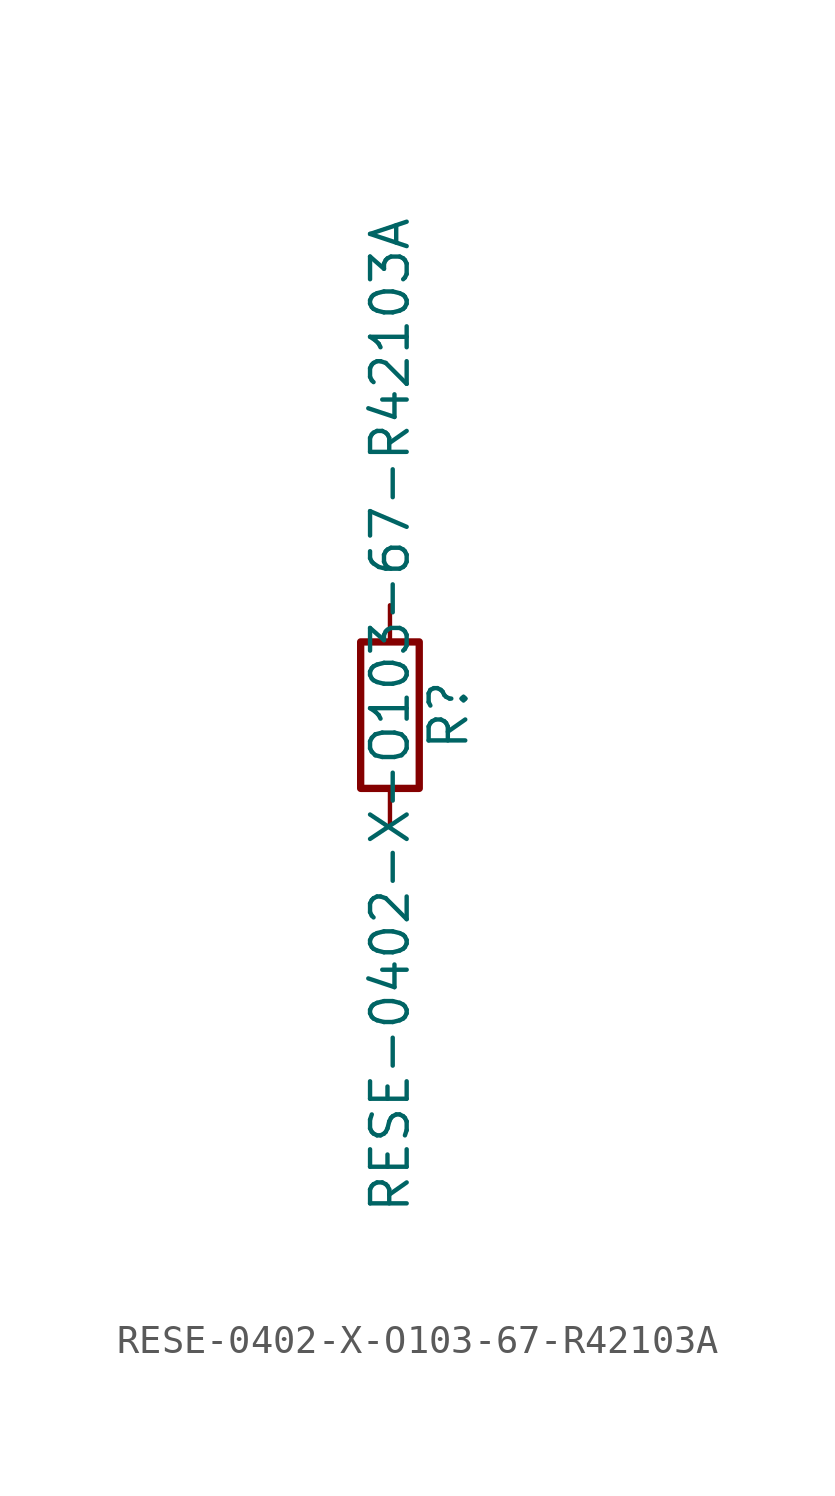
<source format=kicad_sym>
(kicad_symbol_lib
  (version 20211014)
  (generator kicad_symbol_editor)
  (symbol "RESE-0402-X-O103-67-R42103A"
    (pin_numbers hide)
    (pin_names
      (offset 0))
    (property "Reference" "R"
      (at 2.032 0 90)
      (effects (font (size 1.27 1.27))))
    (property "Value" "RESE-0402-X-O103-67-R42103A"
      (at 0 0 90)
      (effects (font (size 1.27 1.27))))
    (symbol "RESE-0402-X-O103-67-R42103A_0_1"
      (rectangle (start -1.016 -2.54) (end 1.016 2.54) (stroke (width 0.254) (type default) (color 0 0 0 0)) (fill (type none))))
    (symbol "RESE-0402-X-O103-67-R42103A_1_1"
      (pin passive line (at 0 3.81 270) (length 1.27) (name "~" (effects (font (size 1.27 1.27)))) (number "1" (effects (font (size 1.27 1.27)))))
      (pin passive line (at 0 -3.81 90) (length 1.27) (name "~" (effects (font (size 1.27 1.27)))) (number "2" (effects (font (size 1.27 1.27))))))))
</source>
